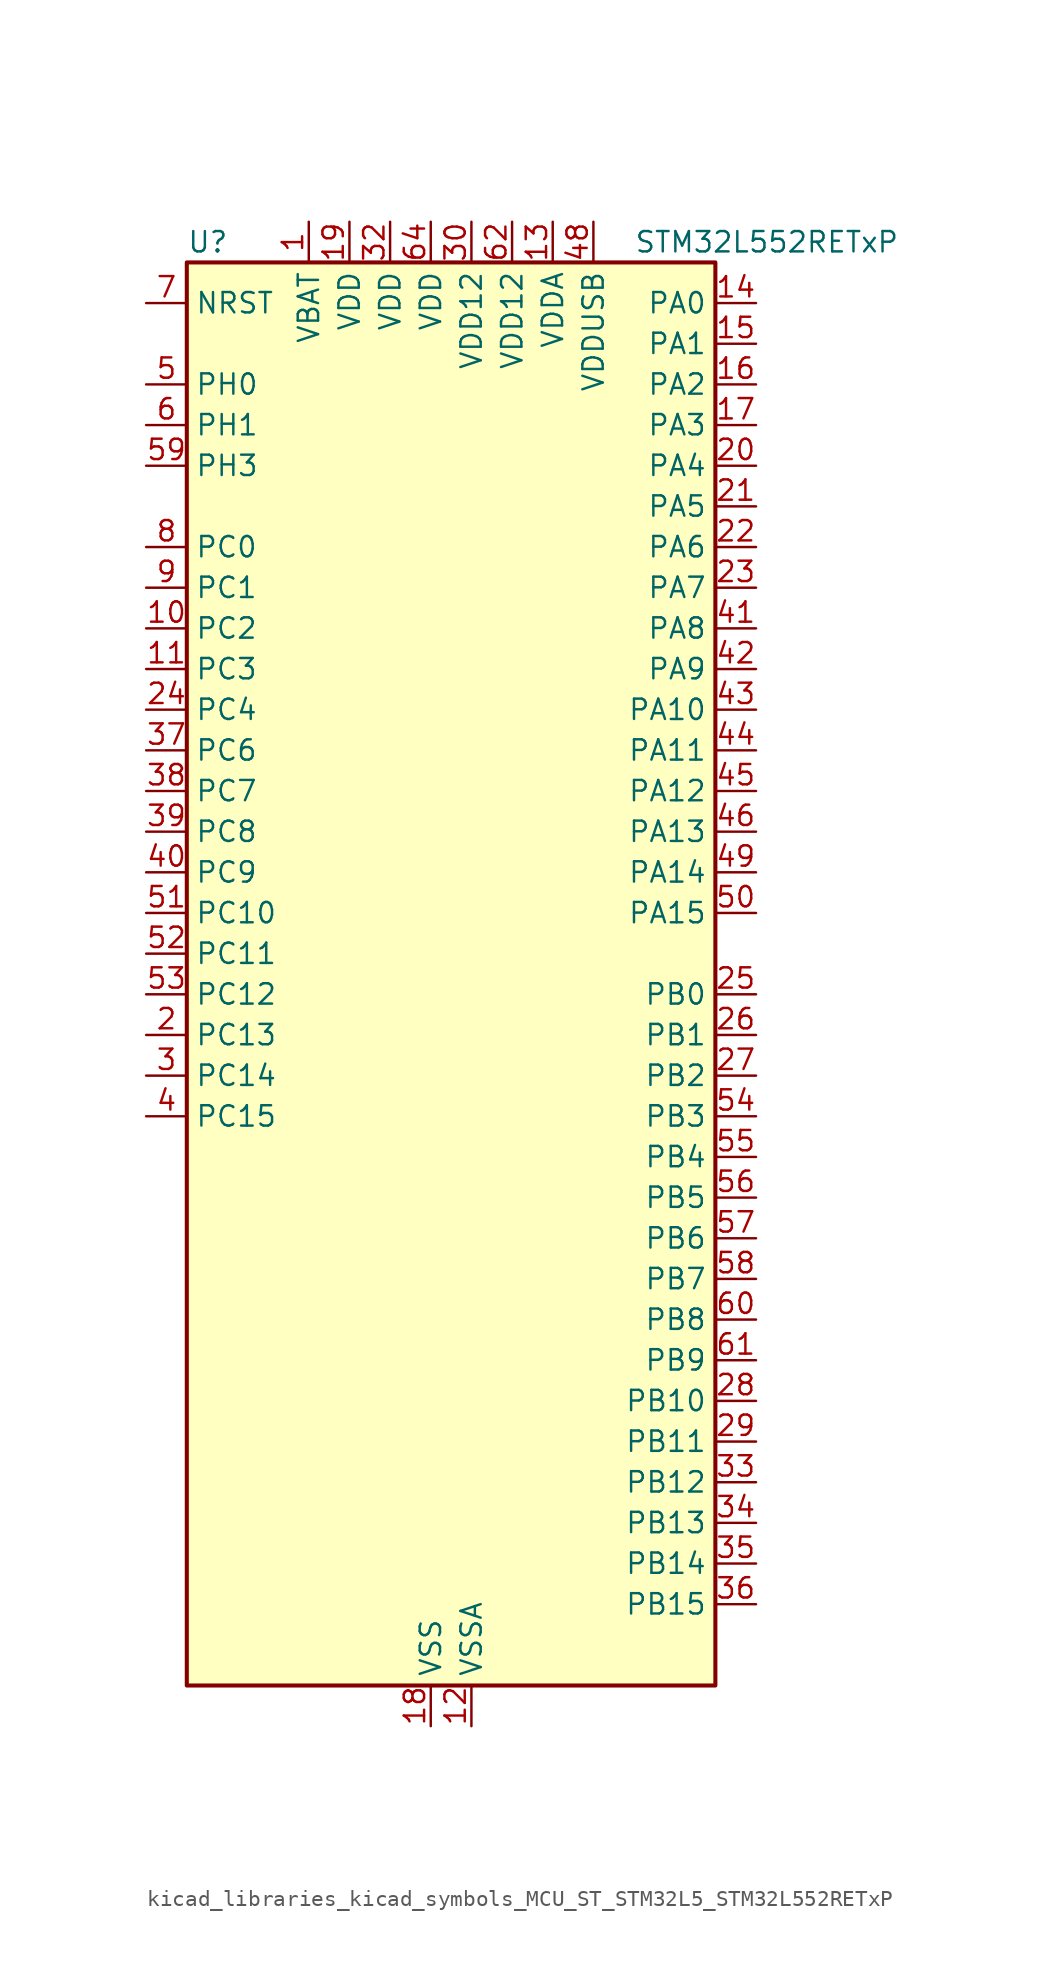
<source format=kicad_sym>
(kicad_symbol_lib
  (version 20220914)
  (generator kicad_symbol_editor)
  (symbol "kicad_libraries_kicad_symbols_MCU_ST_STM32L5_STM32L552RETxP"
    (property "Reference" "U"
      (at -15.24 46.99 0)
      (effects (font (size 1.27 1.27)) (justify left)))
    (property "Value" "STM32L552RETxP"
      (at 12.7 46.99 0)
      (effects (font (size 1.27 1.27)) (justify left)))
    (property "ki_locked" ""
      (at 0 0 0)
      (effects (font (size 1.27 1.27))))
    (symbol "kicad_libraries_kicad_symbols_MCU_ST_STM32L5_STM32L552RETxP_0_1"
      (rectangle (start -15.24 -43.18) (end 17.78 45.72) (stroke (width 0.254) (type default)) (fill (type background))))
    (symbol "kicad_libraries_kicad_symbols_MCU_ST_STM32L5_STM32L552RETxP_1_1"
      (pin power_in line (at -7.62 48.26 270) (length 2.54) (name "VBAT" (effects (font (size 1.27 1.27)))) (number "1" (effects (font (size 1.27 1.27)))))
      (pin bidirectional line (at -17.78 22.86 0) (length 2.54) (name "PC2" (effects (font (size 1.27 1.27)))) (number "10" (effects (font (size 1.27 1.27)))) (alternate "ADC1_IN3" bidirectional line) (alternate "ADC2_IN3" bidirectional line) (alternate "DFSDM1_CKOUT" bidirectional line) (alternate "LPTIM1_IN2" bidirectional line) (alternate "OCTOSPI1_IO5" bidirectional line) (alternate "SPI2_MISO" bidirectional line))
      (pin bidirectional line (at -17.78 20.32 0) (length 2.54) (name "PC3" (effects (font (size 1.27 1.27)))) (number "11" (effects (font (size 1.27 1.27)))) (alternate "ADC1_IN4" bidirectional line) (alternate "ADC2_IN4" bidirectional line) (alternate "LPTIM1_ETR" bidirectional line) (alternate "LPTIM2_ETR" bidirectional line) (alternate "LPTIM3_OUT" bidirectional line) (alternate "OCTOSPI1_IO6" bidirectional line) (alternate "SAI1_D1" bidirectional line) (alternate "SAI1_SD_A" bidirectional line) (alternate "SPI2_MOSI" bidirectional line))
      (pin power_in line (at 2.54 -45.72 90) (length 2.54) (name "VSSA" (effects (font (size 1.27 1.27)))) (number "12" (effects (font (size 1.27 1.27)))))
      (pin power_in line (at 7.62 48.26 270) (length 2.54) (name "VDDA" (effects (font (size 1.27 1.27)))) (number "13" (effects (font (size 1.27 1.27)))))
      (pin bidirectional line (at 20.32 43.18 180) (length 2.54) (name "PA0" (effects (font (size 1.27 1.27)))) (number "14" (effects (font (size 1.27 1.27)))) (alternate "ADC1_IN5" bidirectional line) (alternate "ADC2_IN5" bidirectional line) (alternate "OPAMP1_VINP" bidirectional line) (alternate "PWR_WKUP1" bidirectional line) (alternate "SAI1_EXTCLK" bidirectional line) (alternate "TAMP_IN2" bidirectional line) (alternate "TAMP_OUT1" bidirectional line) (alternate "TIM2_CH1" bidirectional line) (alternate "TIM2_ETR" bidirectional line) (alternate "TIM5_CH1" bidirectional line) (alternate "TIM8_ETR" bidirectional line) (alternate "UART4_TX" bidirectional line) (alternate "USART2_CTS" bidirectional line) (alternate "USART2_NSS" bidirectional line))
      (pin bidirectional line (at 20.32 40.64 180) (length 2.54) (name "PA1" (effects (font (size 1.27 1.27)))) (number "15" (effects (font (size 1.27 1.27)))) (alternate "ADC1_IN6" bidirectional line) (alternate "ADC2_IN6" bidirectional line) (alternate "I2C1_SMBA" bidirectional line) (alternate "OCTOSPI1_DQS" bidirectional line) (alternate "OPAMP1_VINM" bidirectional line) (alternate "SPI1_SCK" bidirectional line) (alternate "TAMP_IN5" bidirectional line) (alternate "TAMP_OUT4" bidirectional line) (alternate "TIM15_CH1N" bidirectional line) (alternate "TIM2_CH2" bidirectional line) (alternate "TIM5_CH2" bidirectional line) (alternate "UART4_RX" bidirectional line) (alternate "USART2_DE" bidirectional line) (alternate "USART2_RTS" bidirectional line))
      (pin bidirectional line (at 20.32 38.1 180) (length 2.54) (name "PA2" (effects (font (size 1.27 1.27)))) (number "16" (effects (font (size 1.27 1.27)))) (alternate "ADC1_IN7" bidirectional line) (alternate "ADC2_IN7" bidirectional line) (alternate "COMP1_INP" bidirectional line) (alternate "LPUART1_TX" bidirectional line) (alternate "OCTOSPI1_NCS" bidirectional line) (alternate "PWR_WKUP4" bidirectional line) (alternate "RCC_LSCO" bidirectional line) (alternate "SAI2_EXTCLK" bidirectional line) (alternate "TIM15_CH1" bidirectional line) (alternate "TIM2_CH3" bidirectional line) (alternate "TIM5_CH3" bidirectional line) (alternate "UCPD1_FRSTX1" bidirectional line) (alternate "USART2_TX" bidirectional line))
      (pin bidirectional line (at 20.32 35.56 180) (length 2.54) (name "PA3" (effects (font (size 1.27 1.27)))) (number "17" (effects (font (size 1.27 1.27)))) (alternate "ADC1_IN8" bidirectional line) (alternate "ADC2_IN8" bidirectional line) (alternate "LPUART1_RX" bidirectional line) (alternate "OCTOSPI1_CLK" bidirectional line) (alternate "OPAMP1_VOUT" bidirectional line) (alternate "SAI1_CK1" bidirectional line) (alternate "SAI1_MCLK_A" bidirectional line) (alternate "TIM15_CH2" bidirectional line) (alternate "TIM2_CH4" bidirectional line) (alternate "TIM5_CH4" bidirectional line) (alternate "USART2_RX" bidirectional line))
      (pin power_in line (at 0 -45.72 90) (length 2.54) (name "VSS" (effects (font (size 1.27 1.27)))) (number "18" (effects (font (size 1.27 1.27)))))
      (pin power_in line (at -5.08 48.26 270) (length 2.54) (name "VDD" (effects (font (size 1.27 1.27)))) (number "19" (effects (font (size 1.27 1.27)))))
      (pin bidirectional line (at -17.78 -2.54 0) (length 2.54) (name "PC13" (effects (font (size 1.27 1.27)))) (number "2" (effects (font (size 1.27 1.27)))) (alternate "PWR_WKUP2" bidirectional line) (alternate "RTC_OUT1" bidirectional line) (alternate "RTC_TS" bidirectional line) (alternate "TAMP_IN1" bidirectional line) (alternate "TAMP_OUT2" bidirectional line))
      (pin bidirectional line (at 20.32 33.02 180) (length 2.54) (name "PA4" (effects (font (size 1.27 1.27)))) (number "20" (effects (font (size 1.27 1.27)))) (alternate "ADC1_IN9" bidirectional line) (alternate "ADC2_IN9" bidirectional line) (alternate "DAC1_OUT1" bidirectional line) (alternate "LPTIM2_OUT" bidirectional line) (alternate "OCTOSPI1_NCS" bidirectional line) (alternate "SAI1_FS_B" bidirectional line) (alternate "SPI1_NSS" bidirectional line) (alternate "SPI3_NSS" bidirectional line) (alternate "USART2_CK" bidirectional line))
      (pin bidirectional line (at 20.32 30.48 180) (length 2.54) (name "PA5" (effects (font (size 1.27 1.27)))) (number "21" (effects (font (size 1.27 1.27)))) (alternate "ADC1_IN10" bidirectional line) (alternate "ADC2_IN10" bidirectional line) (alternate "DAC1_OUT2" bidirectional line) (alternate "LPTIM2_ETR" bidirectional line) (alternate "SPI1_SCK" bidirectional line) (alternate "TIM2_CH1" bidirectional line) (alternate "TIM2_ETR" bidirectional line) (alternate "TIM8_CH1N" bidirectional line))
      (pin bidirectional line (at 20.32 27.94 180) (length 2.54) (name "PA6" (effects (font (size 1.27 1.27)))) (number "22" (effects (font (size 1.27 1.27)))) (alternate "ADC1_IN11" bidirectional line) (alternate "ADC2_IN11" bidirectional line) (alternate "LPUART1_CTS" bidirectional line) (alternate "OCTOSPI1_IO3" bidirectional line) (alternate "OPAMP2_VINP" bidirectional line) (alternate "SPI1_MISO" bidirectional line) (alternate "TIM16_CH1" bidirectional line) (alternate "TIM1_BKIN" bidirectional line) (alternate "TIM3_CH1" bidirectional line) (alternate "TIM8_BKIN" bidirectional line) (alternate "USART3_CTS" bidirectional line) (alternate "USART3_NSS" bidirectional line))
      (pin bidirectional line (at 20.32 25.4 180) (length 2.54) (name "PA7" (effects (font (size 1.27 1.27)))) (number "23" (effects (font (size 1.27 1.27)))) (alternate "ADC1_IN12" bidirectional line) (alternate "ADC2_IN12" bidirectional line) (alternate "I2C3_SCL" bidirectional line) (alternate "OCTOSPI1_IO2" bidirectional line) (alternate "OPAMP2_VINM" bidirectional line) (alternate "SPI1_MOSI" bidirectional line) (alternate "TIM17_CH1" bidirectional line) (alternate "TIM1_CH1N" bidirectional line) (alternate "TIM3_CH2" bidirectional line) (alternate "TIM8_CH1N" bidirectional line))
      (pin bidirectional line (at -17.78 17.78 0) (length 2.54) (name "PC4" (effects (font (size 1.27 1.27)))) (number "24" (effects (font (size 1.27 1.27)))) (alternate "ADC1_IN13" bidirectional line) (alternate "ADC2_IN13" bidirectional line) (alternate "COMP1_INM" bidirectional line) (alternate "OCTOSPI1_IO7" bidirectional line) (alternate "USART3_TX" bidirectional line))
      (pin bidirectional line (at 20.32 0 180) (length 2.54) (name "PB0" (effects (font (size 1.27 1.27)))) (number "25" (effects (font (size 1.27 1.27)))) (alternate "ADC1_IN15" bidirectional line) (alternate "ADC2_IN15" bidirectional line) (alternate "COMP1_OUT" bidirectional line) (alternate "OCTOSPI1_IO1" bidirectional line) (alternate "OPAMP2_VOUT" bidirectional line) (alternate "SAI1_EXTCLK" bidirectional line) (alternate "SPI1_NSS" bidirectional line) (alternate "TIM1_CH2N" bidirectional line) (alternate "TIM3_CH3" bidirectional line) (alternate "TIM8_CH2N" bidirectional line) (alternate "USART3_CK" bidirectional line))
      (pin bidirectional line (at 20.32 -2.54 180) (length 2.54) (name "PB1" (effects (font (size 1.27 1.27)))) (number "26" (effects (font (size 1.27 1.27)))) (alternate "ADC1_IN16" bidirectional line) (alternate "ADC2_IN16" bidirectional line) (alternate "COMP1_INM" bidirectional line) (alternate "DFSDM1_DATIN0" bidirectional line) (alternate "LPTIM2_IN1" bidirectional line) (alternate "LPUART1_DE" bidirectional line) (alternate "LPUART1_RTS" bidirectional line) (alternate "OCTOSPI1_IO0" bidirectional line) (alternate "TIM1_CH3N" bidirectional line) (alternate "TIM3_CH4" bidirectional line) (alternate "TIM8_CH3N" bidirectional line) (alternate "USART3_DE" bidirectional line) (alternate "USART3_RTS" bidirectional line))
      (pin bidirectional line (at 20.32 -5.08 180) (length 2.54) (name "PB2" (effects (font (size 1.27 1.27)))) (number "27" (effects (font (size 1.27 1.27)))) (alternate "COMP1_INP" bidirectional line) (alternate "DFSDM1_CKIN0" bidirectional line) (alternate "I2C3_SMBA" bidirectional line) (alternate "LPTIM1_OUT" bidirectional line) (alternate "OCTOSPI1_DQS" bidirectional line) (alternate "RTC_OUT2" bidirectional line) (alternate "UCPD1_FRSTX1" bidirectional line))
      (pin bidirectional line (at 20.32 -25.4 180) (length 2.54) (name "PB10" (effects (font (size 1.27 1.27)))) (number "28" (effects (font (size 1.27 1.27)))) (alternate "COMP1_OUT" bidirectional line) (alternate "I2C2_SCL" bidirectional line) (alternate "I2C4_SCL" bidirectional line) (alternate "LPTIM3_OUT" bidirectional line) (alternate "LPUART1_RX" bidirectional line) (alternate "OCTOSPI1_CLK" bidirectional line) (alternate "SAI1_SCK_A" bidirectional line) (alternate "SPI2_SCK" bidirectional line) (alternate "TIM2_CH3" bidirectional line) (alternate "TSC_SYNC" bidirectional line) (alternate "USART3_TX" bidirectional line))
      (pin bidirectional line (at 20.32 -27.94 180) (length 2.54) (name "PB11" (effects (font (size 1.27 1.27)))) (number "29" (effects (font (size 1.27 1.27)))) (alternate "ADC1_EXTI11" bidirectional line) (alternate "ADC2_EXTI11" bidirectional line) (alternate "COMP2_OUT" bidirectional line) (alternate "I2C2_SDA" bidirectional line) (alternate "I2C4_SDA" bidirectional line) (alternate "LPUART1_TX" bidirectional line) (alternate "OCTOSPI1_NCS" bidirectional line) (alternate "TIM2_CH4" bidirectional line) (alternate "USART3_RX" bidirectional line))
      (pin bidirectional line (at -17.78 -5.08 0) (length 2.54) (name "PC14" (effects (font (size 1.27 1.27)))) (number "3" (effects (font (size 1.27 1.27)))) (alternate "RCC_OSC32_IN" bidirectional line))
      (pin power_in line (at 2.54 48.26 270) (length 2.54) (name "VDD12" (effects (font (size 1.27 1.27)))) (number "30" (effects (font (size 1.27 1.27)))))
      (pin passive line (at 0 -45.72 90) (length 2.54) hide (name "VSS" (effects (font (size 1.27 1.27)))) (number "31" (effects (font (size 1.27 1.27)))))
      (pin power_in line (at -2.54 48.26 270) (length 2.54) (name "VDD" (effects (font (size 1.27 1.27)))) (number "32" (effects (font (size 1.27 1.27)))))
      (pin bidirectional line (at 20.32 -30.48 180) (length 2.54) (name "PB12" (effects (font (size 1.27 1.27)))) (number "33" (effects (font (size 1.27 1.27)))) (alternate "DFSDM1_DATIN1" bidirectional line) (alternate "I2C2_SMBA" bidirectional line) (alternate "LPUART1_DE" bidirectional line) (alternate "LPUART1_RTS" bidirectional line) (alternate "OCTOSPI1_NCLK" bidirectional line) (alternate "SAI2_FS_A" bidirectional line) (alternate "SPI2_NSS" bidirectional line) (alternate "TIM15_BKIN" bidirectional line) (alternate "TIM1_BKIN" bidirectional line) (alternate "TSC_G1_IO1" bidirectional line) (alternate "USART3_CK" bidirectional line))
      (pin bidirectional line (at 20.32 -33.02 180) (length 2.54) (name "PB13" (effects (font (size 1.27 1.27)))) (number "34" (effects (font (size 1.27 1.27)))) (alternate "DFSDM1_CKIN1" bidirectional line) (alternate "I2C2_SCL" bidirectional line) (alternate "LPTIM3_IN1" bidirectional line) (alternate "LPUART1_CTS" bidirectional line) (alternate "SAI2_SCK_A" bidirectional line) (alternate "SPI2_SCK" bidirectional line) (alternate "TIM15_CH1N" bidirectional line) (alternate "TIM1_CH1N" bidirectional line) (alternate "TSC_G1_IO2" bidirectional line) (alternate "UCPD1_FRSTX2" bidirectional line) (alternate "USART3_CTS" bidirectional line) (alternate "USART3_NSS" bidirectional line))
      (pin bidirectional line (at 20.32 -35.56 180) (length 2.54) (name "PB14" (effects (font (size 1.27 1.27)))) (number "35" (effects (font (size 1.27 1.27)))) (alternate "DFSDM1_DATIN2" bidirectional line) (alternate "I2C2_SDA" bidirectional line) (alternate "LPTIM3_ETR" bidirectional line) (alternate "SAI2_MCLK_A" bidirectional line) (alternate "SPI2_MISO" bidirectional line) (alternate "TIM15_CH1" bidirectional line) (alternate "TIM1_CH2N" bidirectional line) (alternate "TIM8_CH2N" bidirectional line) (alternate "TSC_G1_IO3" bidirectional line) (alternate "UCPD1_DBCC2" bidirectional line) (alternate "USART3_DE" bidirectional line) (alternate "USART3_RTS" bidirectional line))
      (pin bidirectional line (at 20.32 -38.1 180) (length 2.54) (name "PB15" (effects (font (size 1.27 1.27)))) (number "36" (effects (font (size 1.27 1.27)))) (alternate "ADC1_EXTI15" bidirectional line) (alternate "ADC2_EXTI15" bidirectional line) (alternate "DFSDM1_CKIN2" bidirectional line) (alternate "RTC_REFIN" bidirectional line) (alternate "SAI2_SD_A" bidirectional line) (alternate "SPI2_MOSI" bidirectional line) (alternate "TIM15_CH2" bidirectional line) (alternate "TIM1_CH3N" bidirectional line) (alternate "TIM8_CH3N" bidirectional line) (alternate "UCPD1_CC2" bidirectional line))
      (pin bidirectional line (at -17.78 15.24 0) (length 2.54) (name "PC6" (effects (font (size 1.27 1.27)))) (number "37" (effects (font (size 1.27 1.27)))) (alternate "DFSDM1_CKIN3" bidirectional line) (alternate "SAI2_MCLK_A" bidirectional line) (alternate "TIM3_CH1" bidirectional line) (alternate "TIM8_CH1" bidirectional line) (alternate "TSC_G4_IO1" bidirectional line))
      (pin bidirectional line (at -17.78 12.7 0) (length 2.54) (name "PC7" (effects (font (size 1.27 1.27)))) (number "38" (effects (font (size 1.27 1.27)))) (alternate "DFSDM1_DATIN3" bidirectional line) (alternate "SAI2_MCLK_B" bidirectional line) (alternate "TIM3_CH2" bidirectional line) (alternate "TIM8_CH2" bidirectional line) (alternate "TSC_G4_IO2" bidirectional line))
      (pin bidirectional line (at -17.78 10.16 0) (length 2.54) (name "PC8" (effects (font (size 1.27 1.27)))) (number "39" (effects (font (size 1.27 1.27)))) (alternate "TIM3_CH3" bidirectional line) (alternate "TIM8_CH3" bidirectional line) (alternate "TSC_G4_IO3" bidirectional line))
      (pin bidirectional line (at -17.78 -7.62 0) (length 2.54) (name "PC15" (effects (font (size 1.27 1.27)))) (number "4" (effects (font (size 1.27 1.27)))) (alternate "ADC1_EXTI15" bidirectional line) (alternate "ADC2_EXTI15" bidirectional line) (alternate "RCC_OSC32_OUT" bidirectional line))
      (pin bidirectional line (at -17.78 7.62 0) (length 2.54) (name "PC9" (effects (font (size 1.27 1.27)))) (number "40" (effects (font (size 1.27 1.27)))) (alternate "DAC1_EXTI9" bidirectional line) (alternate "DEBUG_TRACED0" bidirectional line) (alternate "SAI2_EXTCLK" bidirectional line) (alternate "TIM3_CH4" bidirectional line) (alternate "TIM8_BKIN2" bidirectional line) (alternate "TIM8_CH4" bidirectional line) (alternate "TSC_G4_IO4" bidirectional line) (alternate "USB_NOE" bidirectional line))
      (pin bidirectional line (at 20.32 22.86 180) (length 2.54) (name "PA8" (effects (font (size 1.27 1.27)))) (number "41" (effects (font (size 1.27 1.27)))) (alternate "LPTIM2_OUT" bidirectional line) (alternate "RCC_MCO" bidirectional line) (alternate "SAI1_CK2" bidirectional line) (alternate "SAI1_SCK_A" bidirectional line) (alternate "TIM1_CH1" bidirectional line) (alternate "USART1_CK" bidirectional line))
      (pin bidirectional line (at 20.32 20.32 180) (length 2.54) (name "PA9" (effects (font (size 1.27 1.27)))) (number "42" (effects (font (size 1.27 1.27)))) (alternate "DAC1_EXTI9" bidirectional line) (alternate "SAI1_FS_A" bidirectional line) (alternate "SPI2_SCK" bidirectional line) (alternate "TIM15_BKIN" bidirectional line) (alternate "TIM1_CH2" bidirectional line) (alternate "USART1_TX" bidirectional line))
      (pin bidirectional line (at 20.32 17.78 180) (length 2.54) (name "PA10" (effects (font (size 1.27 1.27)))) (number "43" (effects (font (size 1.27 1.27)))) (alternate "CRS_SYNC" bidirectional line) (alternate "SAI1_D1" bidirectional line) (alternate "SAI1_SD_A" bidirectional line) (alternate "TIM17_BKIN" bidirectional line) (alternate "TIM1_CH3" bidirectional line) (alternate "USART1_RX" bidirectional line))
      (pin bidirectional line (at 20.32 15.24 180) (length 2.54) (name "PA11" (effects (font (size 1.27 1.27)))) (number "44" (effects (font (size 1.27 1.27)))) (alternate "ADC1_EXTI11" bidirectional line) (alternate "ADC2_EXTI11" bidirectional line) (alternate "FDCAN1_RX" bidirectional line) (alternate "SPI1_MISO" bidirectional line) (alternate "TIM1_BKIN2" bidirectional line) (alternate "TIM1_CH4" bidirectional line) (alternate "USART1_CTS" bidirectional line) (alternate "USART1_NSS" bidirectional line) (alternate "USB_DM" bidirectional line))
      (pin bidirectional line (at 20.32 12.7 180) (length 2.54) (name "PA12" (effects (font (size 1.27 1.27)))) (number "45" (effects (font (size 1.27 1.27)))) (alternate "FDCAN1_TX" bidirectional line) (alternate "SPI1_MOSI" bidirectional line) (alternate "TIM1_ETR" bidirectional line) (alternate "USART1_DE" bidirectional line) (alternate "USART1_RTS" bidirectional line) (alternate "USB_DP" bidirectional line))
      (pin bidirectional line (at 20.32 10.16 180) (length 2.54) (name "PA13" (effects (font (size 1.27 1.27)))) (number "46" (effects (font (size 1.27 1.27)))) (alternate "DEBUG_JTMS-SWDIO" bidirectional line) (alternate "IR_OUT" bidirectional line) (alternate "SAI1_SD_B" bidirectional line) (alternate "USB_NOE" bidirectional line))
      (pin passive line (at 0 -45.72 90) (length 2.54) hide (name "VSS" (effects (font (size 1.27 1.27)))) (number "47" (effects (font (size 1.27 1.27)))))
      (pin power_in line (at 10.16 48.26 270) (length 2.54) (name "VDDUSB" (effects (font (size 1.27 1.27)))) (number "48" (effects (font (size 1.27 1.27)))))
      (pin bidirectional line (at 20.32 7.62 180) (length 2.54) (name "PA14" (effects (font (size 1.27 1.27)))) (number "49" (effects (font (size 1.27 1.27)))) (alternate "DEBUG_JTCK-SWCLK" bidirectional line) (alternate "I2C1_SMBA" bidirectional line) (alternate "I2C4_SMBA" bidirectional line) (alternate "LPTIM1_OUT" bidirectional line) (alternate "SAI1_FS_B" bidirectional line))
      (pin bidirectional line (at -17.78 38.1 0) (length 2.54) (name "PH0" (effects (font (size 1.27 1.27)))) (number "5" (effects (font (size 1.27 1.27)))) (alternate "RCC_OSC_IN" bidirectional line))
      (pin bidirectional line (at 20.32 5.08 180) (length 2.54) (name "PA15" (effects (font (size 1.27 1.27)))) (number "50" (effects (font (size 1.27 1.27)))) (alternate "ADC1_EXTI15" bidirectional line) (alternate "ADC2_EXTI15" bidirectional line) (alternate "DEBUG_JTDI" bidirectional line) (alternate "SAI2_FS_B" bidirectional line) (alternate "SPI1_NSS" bidirectional line) (alternate "SPI3_NSS" bidirectional line) (alternate "TIM2_CH1" bidirectional line) (alternate "TIM2_ETR" bidirectional line) (alternate "UART4_DE" bidirectional line) (alternate "UART4_RTS" bidirectional line) (alternate "UCPD1_CC1" bidirectional line) (alternate "USART2_RX" bidirectional line) (alternate "USART3_DE" bidirectional line) (alternate "USART3_RTS" bidirectional line))
      (pin bidirectional line (at -17.78 5.08 0) (length 2.54) (name "PC10" (effects (font (size 1.27 1.27)))) (number "51" (effects (font (size 1.27 1.27)))) (alternate "DEBUG_TRACED1" bidirectional line) (alternate "LPTIM3_ETR" bidirectional line) (alternate "SAI2_SCK_B" bidirectional line) (alternate "SPI3_SCK" bidirectional line) (alternate "TSC_G3_IO2" bidirectional line) (alternate "UART4_TX" bidirectional line) (alternate "USART3_TX" bidirectional line))
      (pin bidirectional line (at -17.78 2.54 0) (length 2.54) (name "PC11" (effects (font (size 1.27 1.27)))) (number "52" (effects (font (size 1.27 1.27)))) (alternate "ADC1_EXTI11" bidirectional line) (alternate "ADC2_EXTI11" bidirectional line) (alternate "LPTIM3_IN1" bidirectional line) (alternate "OCTOSPI1_NCS" bidirectional line) (alternate "SAI2_MCLK_B" bidirectional line) (alternate "SPI3_MISO" bidirectional line) (alternate "TSC_G3_IO3" bidirectional line) (alternate "UART4_RX" bidirectional line) (alternate "UCPD1_FRSTX2" bidirectional line) (alternate "USART3_RX" bidirectional line))
      (pin bidirectional line (at -17.78 0 0) (length 2.54) (name "PC12" (effects (font (size 1.27 1.27)))) (number "53" (effects (font (size 1.27 1.27)))) (alternate "DEBUG_TRACED3" bidirectional line) (alternate "SAI2_SD_B" bidirectional line) (alternate "SPI3_MOSI" bidirectional line) (alternate "TSC_G3_IO4" bidirectional line) (alternate "UART5_TX" bidirectional line) (alternate "USART3_CK" bidirectional line))
      (pin bidirectional line (at 20.32 -7.62 180) (length 2.54) (name "PB3" (effects (font (size 1.27 1.27)))) (number "54" (effects (font (size 1.27 1.27)))) (alternate "COMP2_INM" bidirectional line) (alternate "CRS_SYNC" bidirectional line) (alternate "DEBUG_JTDO-SWO" bidirectional line) (alternate "SAI1_SCK_B" bidirectional line) (alternate "SPI1_SCK" bidirectional line) (alternate "SPI3_SCK" bidirectional line) (alternate "TIM2_CH2" bidirectional line) (alternate "USART1_DE" bidirectional line) (alternate "USART1_RTS" bidirectional line))
      (pin bidirectional line (at 20.32 -10.16 180) (length 2.54) (name "PB4" (effects (font (size 1.27 1.27)))) (number "55" (effects (font (size 1.27 1.27)))) (alternate "COMP2_INP" bidirectional line) (alternate "DEBUG_JTRST" bidirectional line) (alternate "I2C3_SDA" bidirectional line) (alternate "SAI1_MCLK_B" bidirectional line) (alternate "SPI1_MISO" bidirectional line) (alternate "SPI3_MISO" bidirectional line) (alternate "TIM17_BKIN" bidirectional line) (alternate "TIM3_CH1" bidirectional line) (alternate "TSC_G2_IO1" bidirectional line) (alternate "UART5_DE" bidirectional line) (alternate "UART5_RTS" bidirectional line) (alternate "USART1_CTS" bidirectional line) (alternate "USART1_NSS" bidirectional line))
      (pin bidirectional line (at 20.32 -12.7 180) (length 2.54) (name "PB5" (effects (font (size 1.27 1.27)))) (number "56" (effects (font (size 1.27 1.27)))) (alternate "COMP2_OUT" bidirectional line) (alternate "I2C1_SMBA" bidirectional line) (alternate "LPTIM1_IN1" bidirectional line) (alternate "OCTOSPI1_NCLK" bidirectional line) (alternate "SAI1_SD_B" bidirectional line) (alternate "SPI1_MOSI" bidirectional line) (alternate "SPI3_MOSI" bidirectional line) (alternate "TIM16_BKIN" bidirectional line) (alternate "TIM3_CH2" bidirectional line) (alternate "TSC_G2_IO2" bidirectional line) (alternate "UART5_CTS" bidirectional line) (alternate "UCPD1_DBCC1" bidirectional line) (alternate "USART1_CK" bidirectional line))
      (pin bidirectional line (at 20.32 -15.24 180) (length 2.54) (name "PB6" (effects (font (size 1.27 1.27)))) (number "57" (effects (font (size 1.27 1.27)))) (alternate "COMP2_INP" bidirectional line) (alternate "I2C1_SCL" bidirectional line) (alternate "I2C4_SCL" bidirectional line) (alternate "LPTIM1_ETR" bidirectional line) (alternate "SAI1_FS_B" bidirectional line) (alternate "TIM16_CH1N" bidirectional line) (alternate "TIM4_CH1" bidirectional line) (alternate "TIM8_BKIN2" bidirectional line) (alternate "TSC_G2_IO3" bidirectional line) (alternate "USART1_TX" bidirectional line))
      (pin bidirectional line (at 20.32 -17.78 180) (length 2.54) (name "PB7" (effects (font (size 1.27 1.27)))) (number "58" (effects (font (size 1.27 1.27)))) (alternate "COMP2_INM" bidirectional line) (alternate "I2C1_SDA" bidirectional line) (alternate "I2C4_SDA" bidirectional line) (alternate "LPTIM1_IN2" bidirectional line) (alternate "PWR_PVD_IN" bidirectional line) (alternate "TIM17_CH1N" bidirectional line) (alternate "TIM4_CH2" bidirectional line) (alternate "TIM8_BKIN" bidirectional line) (alternate "TSC_G2_IO4" bidirectional line) (alternate "UART4_CTS" bidirectional line) (alternate "USART1_RX" bidirectional line))
      (pin bidirectional line (at -17.78 33.02 0) (length 2.54) (name "PH3" (effects (font (size 1.27 1.27)))) (number "59" (effects (font (size 1.27 1.27)))))
      (pin bidirectional line (at -17.78 35.56 0) (length 2.54) (name "PH1" (effects (font (size 1.27 1.27)))) (number "6" (effects (font (size 1.27 1.27)))) (alternate "RCC_OSC_OUT" bidirectional line))
      (pin bidirectional line (at 20.32 -20.32 180) (length 2.54) (name "PB8" (effects (font (size 1.27 1.27)))) (number "60" (effects (font (size 1.27 1.27)))) (alternate "DFSDM1_CKOUT" bidirectional line) (alternate "FDCAN1_RX" bidirectional line) (alternate "I2C1_SCL" bidirectional line) (alternate "SAI1_CK1" bidirectional line) (alternate "SAI1_MCLK_A" bidirectional line) (alternate "TIM16_CH1" bidirectional line) (alternate "TIM4_CH3" bidirectional line))
      (pin bidirectional line (at 20.32 -22.86 180) (length 2.54) (name "PB9" (effects (font (size 1.27 1.27)))) (number "61" (effects (font (size 1.27 1.27)))) (alternate "DAC1_EXTI9" bidirectional line) (alternate "FDCAN1_TX" bidirectional line) (alternate "I2C1_SDA" bidirectional line) (alternate "IR_OUT" bidirectional line) (alternate "SAI1_D2" bidirectional line) (alternate "SAI1_FS_A" bidirectional line) (alternate "SPI2_NSS" bidirectional line) (alternate "TIM17_CH1" bidirectional line) (alternate "TIM4_CH4" bidirectional line))
      (pin power_in line (at 5.08 48.26 270) (length 2.54) (name "VDD12" (effects (font (size 1.27 1.27)))) (number "62" (effects (font (size 1.27 1.27)))))
      (pin passive line (at 0 -45.72 90) (length 2.54) hide (name "VSS" (effects (font (size 1.27 1.27)))) (number "63" (effects (font (size 1.27 1.27)))))
      (pin power_in line (at 0 48.26 270) (length 2.54) (name "VDD" (effects (font (size 1.27 1.27)))) (number "64" (effects (font (size 1.27 1.27)))))
      (pin input line (at -17.78 43.18 0) (length 2.54) (name "NRST" (effects (font (size 1.27 1.27)))) (number "7" (effects (font (size 1.27 1.27)))))
      (pin bidirectional line (at -17.78 27.94 0) (length 2.54) (name "PC0" (effects (font (size 1.27 1.27)))) (number "8" (effects (font (size 1.27 1.27)))) (alternate "ADC1_IN1" bidirectional line) (alternate "ADC2_IN1" bidirectional line) (alternate "I2C3_SCL" bidirectional line) (alternate "LPTIM1_IN1" bidirectional line) (alternate "LPTIM2_IN1" bidirectional line) (alternate "LPUART1_RX" bidirectional line) (alternate "OCTOSPI1_IO7" bidirectional line) (alternate "SAI2_FS_A" bidirectional line))
      (pin bidirectional line (at -17.78 25.4 0) (length 2.54) (name "PC1" (effects (font (size 1.27 1.27)))) (number "9" (effects (font (size 1.27 1.27)))) (alternate "ADC1_IN2" bidirectional line) (alternate "ADC2_IN2" bidirectional line) (alternate "DEBUG_TRACED0" bidirectional line) (alternate "I2C3_SDA" bidirectional line) (alternate "LPTIM1_OUT" bidirectional line) (alternate "LPUART1_TX" bidirectional line) (alternate "OCTOSPI1_IO4" bidirectional line) (alternate "SAI1_SD_A" bidirectional line) (alternate "SPI2_MOSI" bidirectional line)))))
</source>
